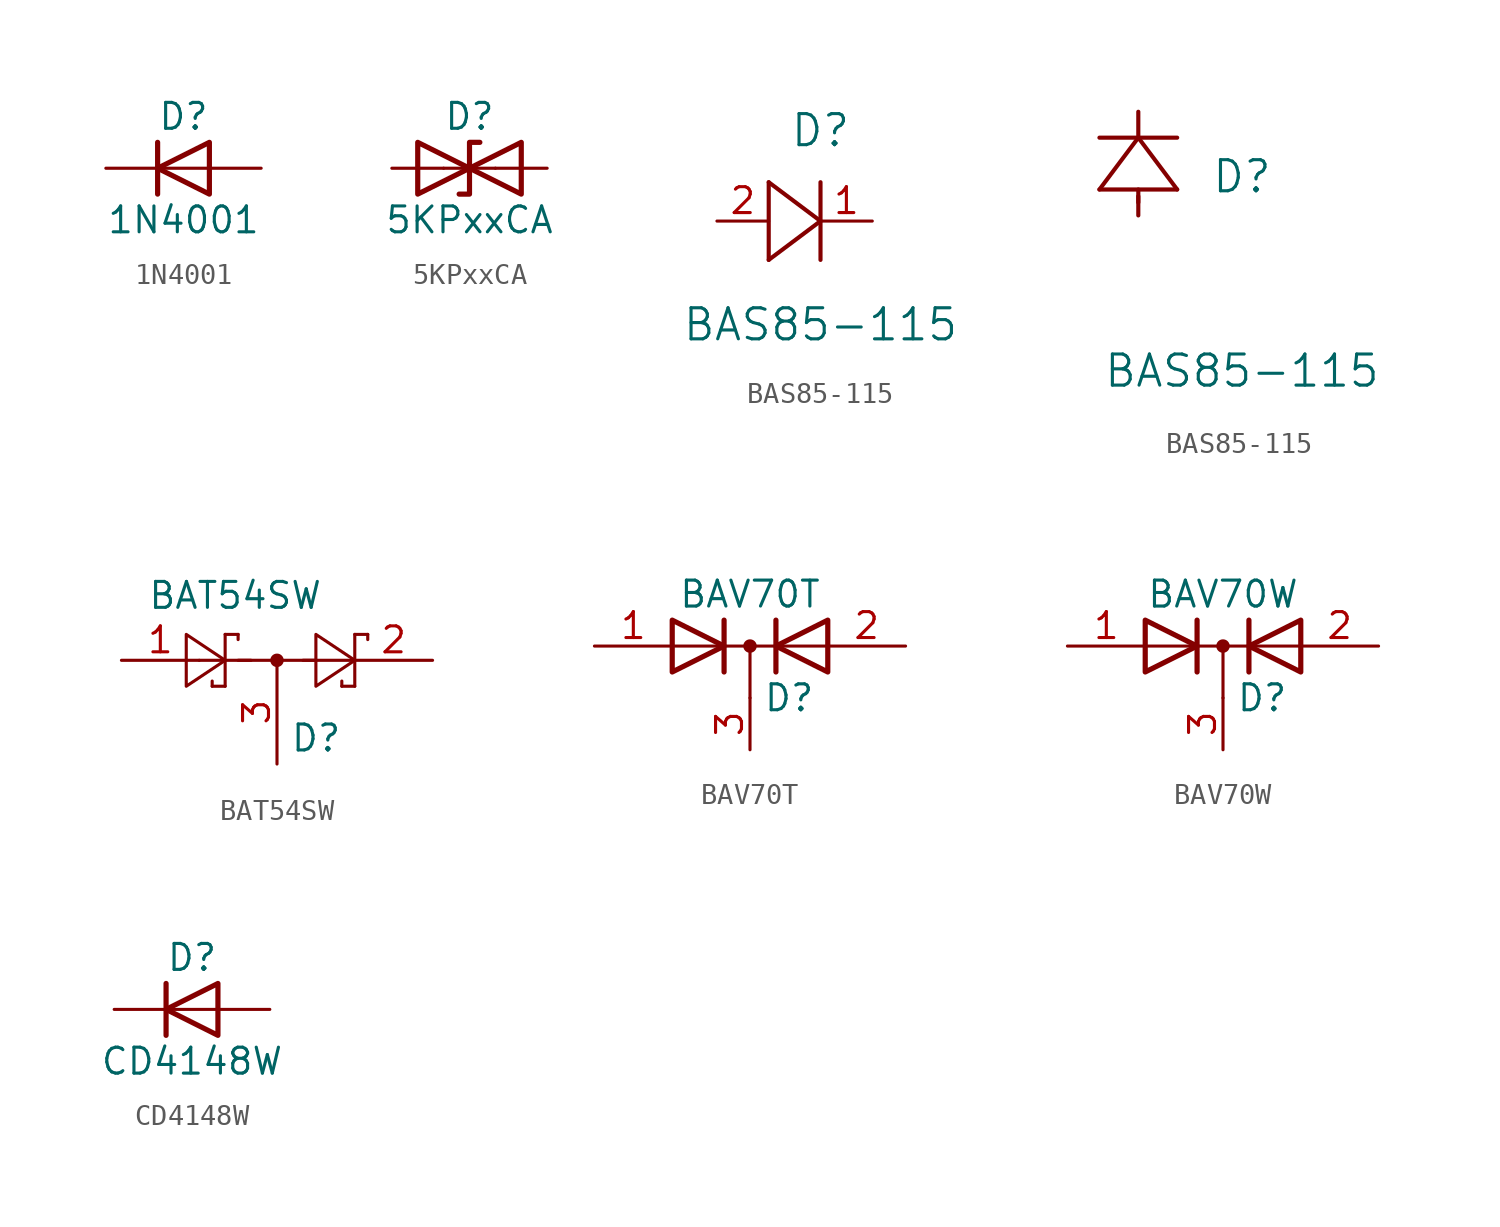
<source format=kicad_sym>
(kicad_symbol_lib
  (version 20220914)
  (generator kicad_symbol_editor)
  (symbol "1N4001"
    (pin_numbers hide)
    (pin_names hide)
    (property "Reference" "D"
      (at 0 2.54 0)
      (effects (font (size 1.27 1.27))))
    (property "Value" "1N4001"
      (at 0 -2.54 0)
      (effects (font (size 1.27 1.27))))
    (symbol "1N4001_0_1"
      (polyline (pts (xy -1.27 1.27) (xy -1.27 -1.27)) (stroke (width 0.254) (type default)) (fill (type none)))
      (polyline (pts (xy 1.27 0) (xy -1.27 0)) (stroke (width 0) (type default)) (fill (type none)))
      (polyline (pts (xy 1.27 1.27) (xy 1.27 -1.27) (xy -1.27 0) (xy 1.27 1.27)) (stroke (width 0.254) (type default)) (fill (type none))))
    (symbol "1N4001_1_1"
      (pin passive line (at -3.81 0 0) (length 2.54) (name "K" (effects (font (size 1.27 1.27)))) (number "1" (effects (font (size 1.27 1.27)))))
      (pin passive line (at 3.81 0 180) (length 2.54) (name "A" (effects (font (size 1.27 1.27)))) (number "2" (effects (font (size 1.27 1.27)))))))
  (symbol "5KPxxCA"
    (pin_numbers hide)
    (pin_names
      (offset 1.016) hide)
    (property "Reference" "D"
      (at 0 2.54 0)
      (effects (font (size 1.27 1.27))))
    (property "Value" "5KPxxCA"
      (at 0 -2.54 0)
      (effects (font (size 1.27 1.27))))
    (symbol "5KPxxCA_0_1"
      (polyline (pts (xy 1.27 0) (xy -1.27 0)) (stroke (width 0) (type default)) (fill (type none)))
      (polyline (pts (xy -2.54 -1.27) (xy 0 0) (xy -2.54 1.27) (xy -2.54 -1.27)) (stroke (width 0.254) (type default)) (fill (type none)))
      (polyline (pts (xy 0.508 1.27) (xy 0 1.27) (xy 0 -1.27) (xy -0.508 -1.27)) (stroke (width 0.254) (type default)) (fill (type none)))
      (polyline (pts (xy 2.54 1.27) (xy 2.54 -1.27) (xy 0 0) (xy 2.54 1.27)) (stroke (width 0.254) (type default)) (fill (type none))))
    (symbol "5KPxxCA_1_1"
      (pin passive line (at -3.81 0 0) (length 2.54) (name "A1" (effects (font (size 1.27 1.27)))) (number "1" (effects (font (size 1.27 1.27)))))
      (pin passive line (at 3.81 0 180) (length 2.54) (name "A2" (effects (font (size 1.27 1.27)))) (number "2" (effects (font (size 1.27 1.27)))))))
  (symbol "BAS85-115"
    (pin_names
      (offset 0.254) hide)
    (property "Reference" "D"
      (at 5.08 4.445 0)
      (effects (font (size 1.524 1.524))))
    (property "Value" "BAS85-115"
      (at 5.08 -5.08 0)
      (effects (font (size 1.524 1.524))))
    (symbol "BAS85-115_1_1"
      (polyline (pts (xy 2.54 -1.905) (xy 5.08 0)) (stroke (width 0.203) (type default)) (fill (type none)))
      (polyline (pts (xy 2.54 1.905) (xy 2.54 -1.905)) (stroke (width 0.203) (type default)) (fill (type none)))
      (polyline (pts (xy 5.08 -1.905) (xy 5.08 1.905)) (stroke (width 0.203) (type default)) (fill (type none)))
      (polyline (pts (xy 5.08 0) (xy 2.54 1.905)) (stroke (width 0.203) (type default)) (fill (type none)))
      (pin passive line (at 7.62 0 180) (length 2.54) (name "K" (effects (font (size 1.27 1.27)))) (number "1" (effects (font (size 1.27 1.27)))))
      (pin passive line (at 0 0 0) (length 2.54) (name "A" (effects (font (size 1.27 1.27)))) (number "2" (effects (font (size 1.27 1.27))))))
    (symbol "BAS85-115_1_2"
      (polyline (pts (xy -1.905 3.81) (xy 1.905 3.81)) (stroke (width 0.203) (type default)) (fill (type none)))
      (polyline (pts (xy 0 2.54) (xy 0 3.48)) (stroke (width 0.203) (type default)) (fill (type none)))
      (polyline (pts (xy 0 3.175) (xy 0 3.81)) (stroke (width 0.203) (type default)) (fill (type none)))
      (polyline (pts (xy 0 6.35) (xy -1.905 3.81)) (stroke (width 0.203) (type default)) (fill (type none)))
      (polyline (pts (xy 0 6.35) (xy 0 7.62)) (stroke (width 0.203) (type default)) (fill (type none)))
      (polyline (pts (xy 1.905 3.81) (xy 0 6.35)) (stroke (width 0.203) (type default)) (fill (type none)))
      (polyline (pts (xy 1.905 6.35) (xy -1.905 6.35)) (stroke (width 0.203) (type default)) (fill (type none)))))
  (symbol "BAT54SW"
    (pin_names
      (offset 1.016))
    (property "Reference" "D"
      (at 0.635 -3.81 0)
      (effects (font (size 1.27 1.27)) (justify left)))
    (property "Value" "BAT54SW"
      (at -6.35 3.175 0)
      (effects (font (size 1.27 1.27)) (justify left)))
    (symbol "BAT54SW_0_1"
      (polyline (pts (xy -3.81 0) (xy -1.27 0)) (stroke (width 0) (type default)) (fill (type none)))
      (polyline (pts (xy -3.175 -1.27) (xy -3.175 -1.016)) (stroke (width 0) (type default)) (fill (type none)))
      (polyline (pts (xy -2.54 -1.27) (xy -3.175 -1.27)) (stroke (width 0) (type default)) (fill (type none)))
      (polyline (pts (xy -2.54 -1.27) (xy -2.54 1.27)) (stroke (width 0) (type default)) (fill (type none)))
      (polyline (pts (xy -2.54 1.27) (xy -1.905 1.27)) (stroke (width 0) (type default)) (fill (type none)))
      (polyline (pts (xy -1.905 0) (xy 1.905 0)) (stroke (width 0) (type default)) (fill (type none)))
      (polyline (pts (xy -1.905 1.27) (xy -1.905 1.016)) (stroke (width 0) (type default)) (fill (type none)))
      (polyline (pts (xy 1.27 0) (xy 3.81 0)) (stroke (width 0) (type default)) (fill (type none)))
      (polyline (pts (xy 3.175 -1.27) (xy 3.175 -1.016)) (stroke (width 0) (type default)) (fill (type none)))
      (polyline (pts (xy 3.81 -1.27) (xy 3.175 -1.27)) (stroke (width 0) (type default)) (fill (type none)))
      (polyline (pts (xy 3.81 -1.27) (xy 3.81 1.27)) (stroke (width 0) (type default)) (fill (type none)))
      (polyline (pts (xy 3.81 1.27) (xy 4.445 1.27)) (stroke (width 0) (type default)) (fill (type none)))
      (polyline (pts (xy 4.445 1.27) (xy 4.445 1.016)) (stroke (width 0) (type default)) (fill (type none)))
      (polyline (pts (xy -4.445 1.27) (xy -4.445 -1.27) (xy -2.54 0) (xy -4.445 1.27)) (stroke (width 0) (type default)) (fill (type none)))
      (polyline (pts (xy 1.905 1.27) (xy 1.905 -1.27) (xy 3.81 0) (xy 1.905 1.27)) (stroke (width 0) (type default)) (fill (type none)))
      (circle (center 0 0) (radius 0.254) (stroke (width 0) (type default)) (fill (type outline))))
    (symbol "BAT54SW_1_1"
      (pin passive line (at -7.62 0 0) (length 3.81) (name "~" (effects (font (size 1.27 1.27)))) (number "1" (effects (font (size 1.27 1.27)))))
      (pin passive line (at 7.62 0 180) (length 3.81) (name "~" (effects (font (size 1.27 1.27)))) (number "2" (effects (font (size 1.27 1.27)))))
      (pin passive line (at 0 -5.08 90) (length 5.08) (name "~" (effects (font (size 1.27 1.27)))) (number "3" (effects (font (size 1.27 1.27)))))))
  (symbol "BAV70T"
    (pin_names
      (offset 0.762) hide)
    (property "Reference" "D"
      (at 0.635 -2.54 0)
      (effects (font (size 1.27 1.27)) (justify left)))
    (property "Value" "BAV70T"
      (at 0 2.54 0)
      (effects (font (size 1.27 1.27))))
    (symbol "BAV70T_0_1"
      (polyline (pts (xy -3.81 0) (xy 3.81 0)) (stroke (width 0) (type default)) (fill (type none)))
      (polyline (pts (xy 0 0) (xy 0 -2.54)) (stroke (width 0) (type default)) (fill (type none)))
      (polyline (pts (xy -1.27 -1.27) (xy -1.27 1.27) (xy -1.27 1.27)) (stroke (width 0.254) (type default)) (fill (type none)))
      (polyline (pts (xy 1.27 -1.27) (xy 1.27 1.27) (xy 1.27 1.27)) (stroke (width 0.254) (type default)) (fill (type none)))
      (polyline (pts (xy -3.81 1.27) (xy -1.27 0) (xy -3.81 -1.27) (xy -3.81 1.27) (xy -3.81 1.27) (xy -3.81 1.27)) (stroke (width 0.254) (type default)) (fill (type none)))
      (polyline (pts (xy 3.81 -1.27) (xy 1.27 0) (xy 3.81 1.27) (xy 3.81 -1.27) (xy 3.81 -1.27) (xy 3.81 -1.27)) (stroke (width 0.254) (type default)) (fill (type none)))
      (circle (center 0 0) (radius 0.254) (stroke (width 0) (type default)) (fill (type outline)))
      (pin passive line (at -7.62 0 0) (length 3.81) (name "A" (effects (font (size 1.27 1.27)))) (number "1" (effects (font (size 1.27 1.27)))))
      (pin passive line (at 7.62 0 180) (length 3.81) (name "A" (effects (font (size 1.27 1.27)))) (number "2" (effects (font (size 1.27 1.27)))))
      (pin passive line (at 0 -5.08 90) (length 2.54) (name "K" (effects (font (size 1.27 1.27)))) (number "3" (effects (font (size 1.27 1.27)))))))
  (symbol "BAV70W"
    (pin_names
      (offset 0.762) hide)
    (property "Reference" "D"
      (at 0.635 -2.54 0)
      (effects (font (size 1.27 1.27)) (justify left)))
    (property "Value" "BAV70W"
      (at 0 2.54 0)
      (effects (font (size 1.27 1.27))))
    (symbol "BAV70W_0_1"
      (polyline (pts (xy -3.81 0) (xy 3.81 0)) (stroke (width 0) (type default)) (fill (type none)))
      (polyline (pts (xy 0 0) (xy 0 -2.54)) (stroke (width 0) (type default)) (fill (type none)))
      (polyline (pts (xy -1.27 -1.27) (xy -1.27 1.27) (xy -1.27 1.27)) (stroke (width 0.254) (type default)) (fill (type none)))
      (polyline (pts (xy 1.27 -1.27) (xy 1.27 1.27) (xy 1.27 1.27)) (stroke (width 0.254) (type default)) (fill (type none)))
      (polyline (pts (xy -3.81 1.27) (xy -1.27 0) (xy -3.81 -1.27) (xy -3.81 1.27) (xy -3.81 1.27) (xy -3.81 1.27)) (stroke (width 0.254) (type default)) (fill (type none)))
      (polyline (pts (xy 3.81 -1.27) (xy 1.27 0) (xy 3.81 1.27) (xy 3.81 -1.27) (xy 3.81 -1.27) (xy 3.81 -1.27)) (stroke (width 0.254) (type default)) (fill (type none)))
      (circle (center 0 0) (radius 0.254) (stroke (width 0) (type default)) (fill (type outline)))
      (pin passive line (at -7.62 0 0) (length 3.81) (name "A" (effects (font (size 1.27 1.27)))) (number "1" (effects (font (size 1.27 1.27)))))
      (pin passive line (at 7.62 0 180) (length 3.81) (name "A" (effects (font (size 1.27 1.27)))) (number "2" (effects (font (size 1.27 1.27)))))
      (pin passive line (at 0 -5.08 90) (length 2.54) (name "K" (effects (font (size 1.27 1.27)))) (number "3" (effects (font (size 1.27 1.27)))))))
  (symbol "CD4148W"
    (pin_numbers hide)
    (pin_names
      (offset 1.016) hide)
    (property "Reference" "D"
      (at 0 2.54 0)
      (effects (font (size 1.27 1.27))))
    (property "Value" "CD4148W"
      (at 0 -2.54 0)
      (effects (font (size 1.27 1.27))))
    (symbol "CD4148W_0_1"
      (polyline (pts (xy -1.27 1.27) (xy -1.27 -1.27)) (stroke (width 0.254) (type default)) (fill (type none)))
      (polyline (pts (xy 1.27 0) (xy -1.27 0)) (stroke (width 0) (type default)) (fill (type none)))
      (polyline (pts (xy 1.27 1.27) (xy 1.27 -1.27) (xy -1.27 0) (xy 1.27 1.27)) (stroke (width 0.254) (type default)) (fill (type none))))
    (symbol "CD4148W_1_1"
      (pin passive line (at -3.81 0 0) (length 2.54) (name "K" (effects (font (size 1.27 1.27)))) (number "1" (effects (font (size 1.27 1.27)))))
      (pin passive line (at 3.81 0 180) (length 2.54) (name "A" (effects (font (size 1.27 1.27)))) (number "2" (effects (font (size 1.27 1.27))))))))
</source>
